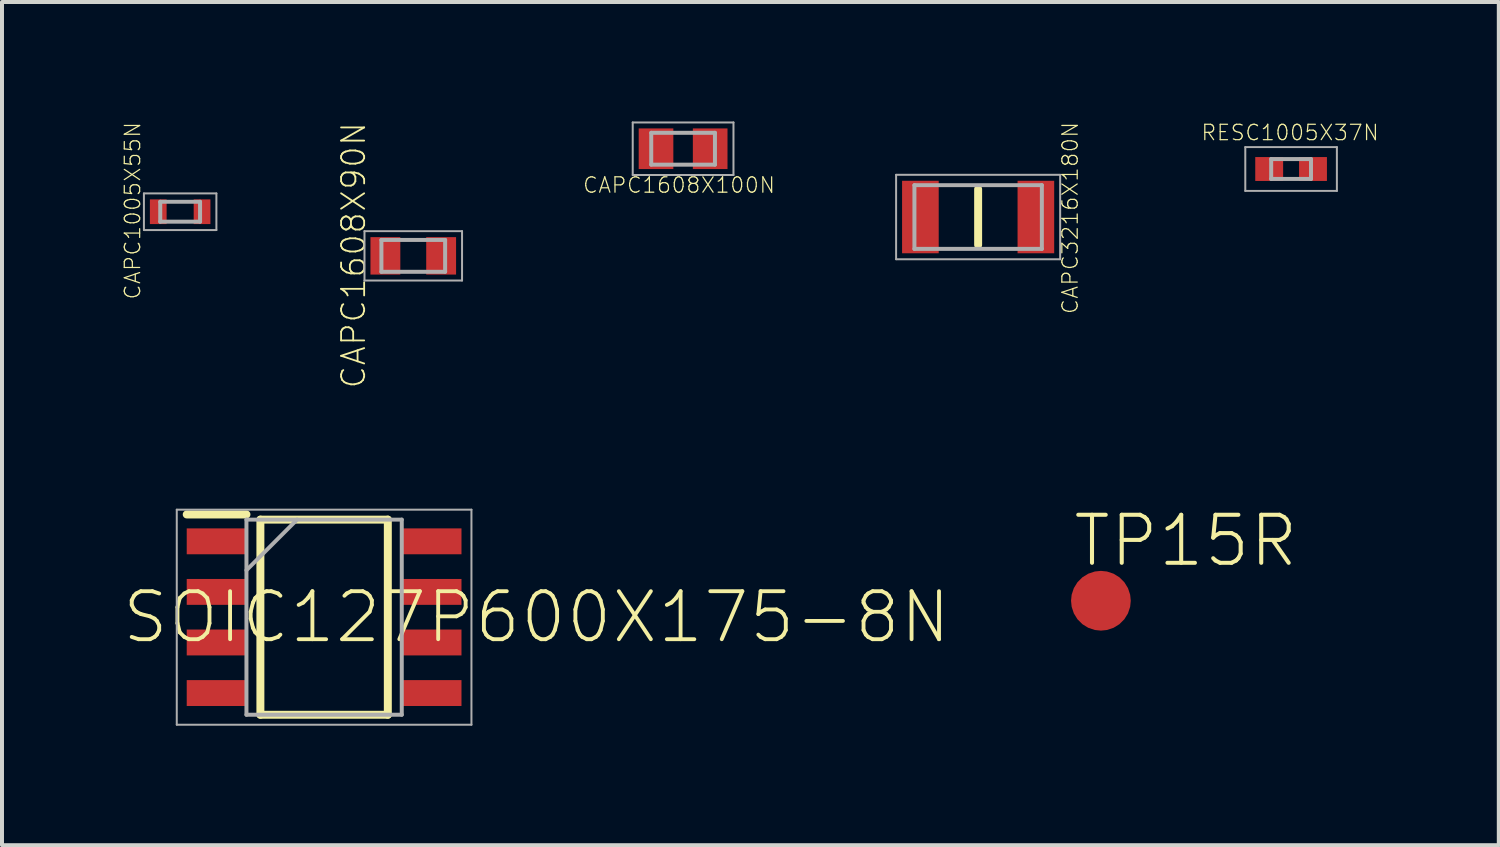
<source format=kicad_pcb>
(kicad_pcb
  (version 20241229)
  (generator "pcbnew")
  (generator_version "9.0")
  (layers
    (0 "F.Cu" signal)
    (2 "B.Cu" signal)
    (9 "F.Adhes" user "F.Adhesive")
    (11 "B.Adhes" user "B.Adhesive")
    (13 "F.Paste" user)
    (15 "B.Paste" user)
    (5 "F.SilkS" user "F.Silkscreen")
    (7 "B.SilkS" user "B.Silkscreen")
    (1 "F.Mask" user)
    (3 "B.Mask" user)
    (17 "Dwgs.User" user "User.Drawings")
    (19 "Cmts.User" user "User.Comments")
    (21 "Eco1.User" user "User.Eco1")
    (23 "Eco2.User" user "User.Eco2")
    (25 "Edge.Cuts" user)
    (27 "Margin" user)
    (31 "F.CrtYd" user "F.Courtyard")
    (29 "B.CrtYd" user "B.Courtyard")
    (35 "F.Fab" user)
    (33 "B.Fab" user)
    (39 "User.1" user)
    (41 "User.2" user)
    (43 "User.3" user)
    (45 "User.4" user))
  (footprint "TP15R"
    (layer "F.Cu")
    (at 24.596 12.036)
    (property "Reference" "TP15R" (at -0.75 -0.8 0) (layer "F.SilkS") (effects (font (size 1.206 1.206) (thickness 0.102)) (justify left bottom)))
    (attr through_hole)
    (pad "TP" smd roundrect (at 0 0) (size 1.5 1.5) (layers "F.Cu" "F.Mask") (roundrect_rratio 0.5)))
  (footprint "CAPC3216X180N"
    (layer "F.Cu")
    (at 21.513 2.4)
    (property "Reference" "CAPC3216X180N" (at 2.311 0.025 90) (layer "F.SilkS") (effects (font (size 0.386 0.386) (thickness 0.031))))
    (attr through_hole)
    (fp_line (start 0 -0.7) (end 0 0.7) (stroke (width 0.2) (type solid)) (layer "F.SilkS"))
    (fp_line (start -2.06 -1.06) (end 2.06 -1.06) (stroke (width 0.05) (type solid)) (layer "F.Fab"))
    (fp_line (start -2.06 1.06) (end -2.06 -1.06) (stroke (width 0.05) (type solid)) (layer "F.Fab"))
    (fp_line (start -1.6 -0.8) (end 1.6 -0.8) (stroke (width 0.1) (type solid)) (layer "F.Fab"))
    (fp_line (start -1.6 0.8) (end -1.6 -0.8) (stroke (width 0.1) (type solid)) (layer "F.Fab"))
    (fp_line (start 1.6 -0.8) (end 1.6 0.8) (stroke (width 0.1) (type solid)) (layer "F.Fab"))
    (fp_line (start 1.6 0.8) (end -1.6 0.8) (stroke (width 0.1) (type solid)) (layer "F.Fab"))
    (fp_line (start 2.06 -1.06) (end 2.06 1.06) (stroke (width 0.05) (type solid)) (layer "F.Fab"))
    (fp_line (start 2.06 1.06) (end -2.06 1.06) (stroke (width 0.05) (type solid)) (layer "F.Fab"))
    (pad "1" smd rect (at -1.45 0 90) (size 1.82 0.92) (layers "F.Cu" "F.Mask" "F.Paste"))
    (pad "2" smd rect (at 1.45 0 90) (size 1.82 0.92) (layers "F.Cu" "F.Mask" "F.Paste")))
  (footprint "RESC1005X37N"
    (layer "F.Cu")
    (at 29.372 1.194)
    (property "Reference" "RESC1005X37N" (at -0.025 -0.914 0) (layer "F.SilkS") (effects (font (size 0.386 0.386) (thickness 0.031))))
    (attr through_hole)
    (fp_line (start -1.15 -0.55) (end 1.15 -0.55) (stroke (width 0.05) (type solid)) (layer "F.Fab"))
    (fp_line (start -1.15 0.55) (end -1.15 -0.55) (stroke (width 0.05) (type solid)) (layer "F.Fab"))
    (fp_line (start -0.5 -0.25) (end 0.5 -0.25) (stroke (width 0.1) (type solid)) (layer "F.Fab"))
    (fp_line (start -0.5 0.25) (end -0.5 -0.25) (stroke (width 0.1) (type solid)) (layer "F.Fab"))
    (fp_line (start 0.5 -0.25) (end 0.5 0.25) (stroke (width 0.1) (type solid)) (layer "F.Fab"))
    (fp_line (start 0.5 0.25) (end -0.5 0.25) (stroke (width 0.1) (type solid)) (layer "F.Fab"))
    (fp_line (start 1.15 -0.55) (end 1.15 0.55) (stroke (width 0.05) (type solid)) (layer "F.Fab"))
    (fp_line (start 1.15 0.55) (end -1.15 0.55) (stroke (width 0.05) (type solid)) (layer "F.Fab"))
    (pad "1" smd rect (at -0.55 0) (size 0.7 0.6) (layers "F.Cu" "F.Mask" "F.Paste"))
    (pad "2" smd rect (at 0.55 0) (size 0.7 0.6) (layers "F.Cu" "F.Mask" "F.Paste")))
  (footprint "CAPC1005X55N"
    (layer "F.Cu")
    (at 1.474 2.267)
    (property "Reference" "CAPC1005X55N" (at -1.194 -0.025 270) (layer "F.SilkS") (effects (font (size 0.386 0.386) (thickness 0.031))))
    (attr through_hole)
    (fp_line (start -0.91 -0.46) (end 0.91 -0.46) (stroke (width 0.05) (type solid)) (layer "F.Fab"))
    (fp_line (start -0.91 0.46) (end -0.91 -0.46) (stroke (width 0.05) (type solid)) (layer "F.Fab"))
    (fp_line (start -0.5 -0.25) (end 0.5 -0.25) (stroke (width 0.1) (type solid)) (layer "F.Fab"))
    (fp_line (start -0.5 0.25) (end -0.5 -0.25) (stroke (width 0.1) (type solid)) (layer "F.Fab"))
    (fp_line (start 0.5 -0.25) (end 0.5 0.25) (stroke (width 0.1) (type solid)) (layer "F.Fab"))
    (fp_line (start 0.5 0.25) (end -0.5 0.25) (stroke (width 0.1) (type solid)) (layer "F.Fab"))
    (fp_line (start 0.91 -0.46) (end 0.91 0.46) (stroke (width 0.05) (type solid)) (layer "F.Fab"))
    (fp_line (start 0.91 0.46) (end -0.91 0.46) (stroke (width 0.05) (type solid)) (layer "F.Fab"))
    (pad "1" smd rect (at -0.55 0 90) (size 0.62 0.42) (layers "F.Cu" "F.Mask" "F.Paste"))
    (pad "2" smd rect (at 0.55 0 90) (size 0.62 0.42) (layers "F.Cu" "F.Mask" "F.Paste")))
  (footprint "CAPC1608X90N"
    (layer "F.Cu")
    (at 7.328 3.375)
    (property "Reference" "CAPC1608X90N" (at -1.499 -0.013 270) (layer "F.SilkS") (effects (font (size 0.579 0.579) (thickness 0.046))))
    (attr through_hole)
    (fp_line (start -1.225 -0.62) (end 1.225 -0.62) (stroke (width 0.05) (type solid)) (layer "F.Fab"))
    (fp_line (start -1.225 0.62) (end -1.225 -0.62) (stroke (width 0.05) (type solid)) (layer "F.Fab"))
    (fp_line (start -0.8 -0.4) (end 0.8 -0.4) (stroke (width 0.1) (type solid)) (layer "F.Fab"))
    (fp_line (start -0.8 0.4) (end -0.8 -0.4) (stroke (width 0.1) (type solid)) (layer "F.Fab"))
    (fp_line (start 0.8 -0.4) (end 0.8 0.4) (stroke (width 0.1) (type solid)) (layer "F.Fab"))
    (fp_line (start 0.8 0.4) (end -0.8 0.4) (stroke (width 0.1) (type solid)) (layer "F.Fab"))
    (fp_line (start 1.225 -0.62) (end 1.225 0.62) (stroke (width 0.05) (type solid)) (layer "F.Fab"))
    (fp_line (start 1.225 0.62) (end -1.225 0.62) (stroke (width 0.05) (type solid)) (layer "F.Fab"))
    (pad "1" smd rect (at -0.7 0 90) (size 0.94 0.75) (layers "F.Cu" "F.Mask" "F.Paste"))
    (pad "2" smd rect (at 0.7 0 90) (size 0.94 0.75) (layers "F.Cu" "F.Mask" "F.Paste")))
  (footprint "SOIC127P600X175-8N"
    (layer "F.Cu")
    (at 5.089 12.449)
    (property "Reference" "SOIC127P600X175-8N" (at 5.334 0 0) (layer "F.SilkS") (effects (font (size 1.206 1.206) (thickness 0.097))))
    (attr through_hole)
    (fp_line (start -3.45 -2.58) (end -1.95 -2.58) (stroke (width 0.2) (type solid)) (layer "F.SilkS"))
    (fp_line (start -1.6 -2.45) (end 1.6 -2.45) (stroke (width 0.2) (type solid)) (layer "F.SilkS"))
    (fp_line (start -1.6 2.45) (end -1.6 -2.45) (stroke (width 0.2) (type solid)) (layer "F.SilkS"))
    (fp_line (start 1.6 -2.45) (end 1.6 2.45) (stroke (width 0.2) (type solid)) (layer "F.SilkS"))
    (fp_line (start 1.6 2.45) (end -1.6 2.45) (stroke (width 0.2) (type solid)) (layer "F.SilkS"))
    (fp_line (start -3.7 -2.7) (end 3.7 -2.7) (stroke (width 0.05) (type solid)) (layer "F.Fab"))
    (fp_line (start -3.7 2.7) (end -3.7 -2.7) (stroke (width 0.05) (type solid)) (layer "F.Fab"))
    (fp_line (start -1.95 -2.45) (end 1.95 -2.45) (stroke (width 0.1) (type solid)) (layer "F.Fab"))
    (fp_line (start -1.95 -1.18) (end -0.68 -2.45) (stroke (width 0.1) (type solid)) (layer "F.Fab"))
    (fp_line (start -1.95 2.45) (end -1.95 -2.45) (stroke (width 0.1) (type solid)) (layer "F.Fab"))
    (fp_line (start 1.95 -2.45) (end 1.95 2.45) (stroke (width 0.1) (type solid)) (layer "F.Fab"))
    (fp_line (start 1.95 2.45) (end -1.95 2.45) (stroke (width 0.1) (type solid)) (layer "F.Fab"))
    (fp_line (start 3.7 -2.7) (end 3.7 2.7) (stroke (width 0.05) (type solid)) (layer "F.Fab"))
    (fp_line (start 3.7 2.7) (end -3.7 2.7) (stroke (width 0.05) (type solid)) (layer "F.Fab"))
    (pad "1" smd rect (at -2.7 -1.905) (size 1.5 0.65) (layers "F.Cu" "F.Mask" "F.Paste"))
    (pad "2" smd rect (at -2.7 -0.635) (size 1.5 0.65) (layers "F.Cu" "F.Mask" "F.Paste"))
    (pad "3" smd rect (at -2.7 0.635) (size 1.5 0.65) (layers "F.Cu" "F.Mask" "F.Paste"))
    (pad "4" smd rect (at -2.7 1.905) (size 1.5 0.65) (layers "F.Cu" "F.Mask" "F.Paste"))
    (pad "5" smd rect (at 2.7 1.905) (size 1.5 0.65) (layers "F.Cu" "F.Mask" "F.Paste"))
    (pad "6" smd rect (at 2.7 0.635) (size 1.5 0.65) (layers "F.Cu" "F.Mask" "F.Paste"))
    (pad "7" smd rect (at 2.7 -0.635) (size 1.5 0.65) (layers "F.Cu" "F.Mask" "F.Paste"))
    (pad "8" smd rect (at 2.7 -1.905) (size 1.5 0.65) (layers "F.Cu" "F.Mask" "F.Paste")))
  (footprint "CAPC1608X100N"
    (layer "F.Cu")
    (at 14.104 0.685)
    (property "Reference" "CAPC1608X100N" (at -0.102 0.914 180) (layer "F.SilkS") (effects (font (size 0.386 0.386) (thickness 0.031))))
    (attr through_hole)
    (fp_line (start -1.265 -0.66) (end 1.265 -0.66) (stroke (width 0.05) (type solid)) (layer "F.Fab"))
    (fp_line (start -1.265 0.66) (end -1.265 -0.66) (stroke (width 0.05) (type solid)) (layer "F.Fab"))
    (fp_line (start -0.8 -0.4) (end 0.8 -0.4) (stroke (width 0.1) (type solid)) (layer "F.Fab"))
    (fp_line (start -0.8 0.4) (end -0.8 -0.4) (stroke (width 0.1) (type solid)) (layer "F.Fab"))
    (fp_line (start 0.8 -0.4) (end 0.8 0.4) (stroke (width 0.1) (type solid)) (layer "F.Fab"))
    (fp_line (start 0.8 0.4) (end -0.8 0.4) (stroke (width 0.1) (type solid)) (layer "F.Fab"))
    (fp_line (start 1.265 -0.66) (end 1.265 0.66) (stroke (width 0.05) (type solid)) (layer "F.Fab"))
    (fp_line (start 1.265 0.66) (end -1.265 0.66) (stroke (width 0.05) (type solid)) (layer "F.Fab"))
    (pad "1" smd rect (at -0.68 0 90) (size 1.02 0.87) (layers "F.Cu" "F.Mask" "F.Paste"))
    (pad "2" smd rect (at 0.68 0 90) (size 1.02 0.87) (layers "F.Cu" "F.Mask" "F.Paste")))
  (gr_rect
    (start -3 -3)
    (end 34.588 18.174)
    (stroke (width 0.1) (type default))
    (fill no)
    (layer "Edge.Cuts")))
</source>
